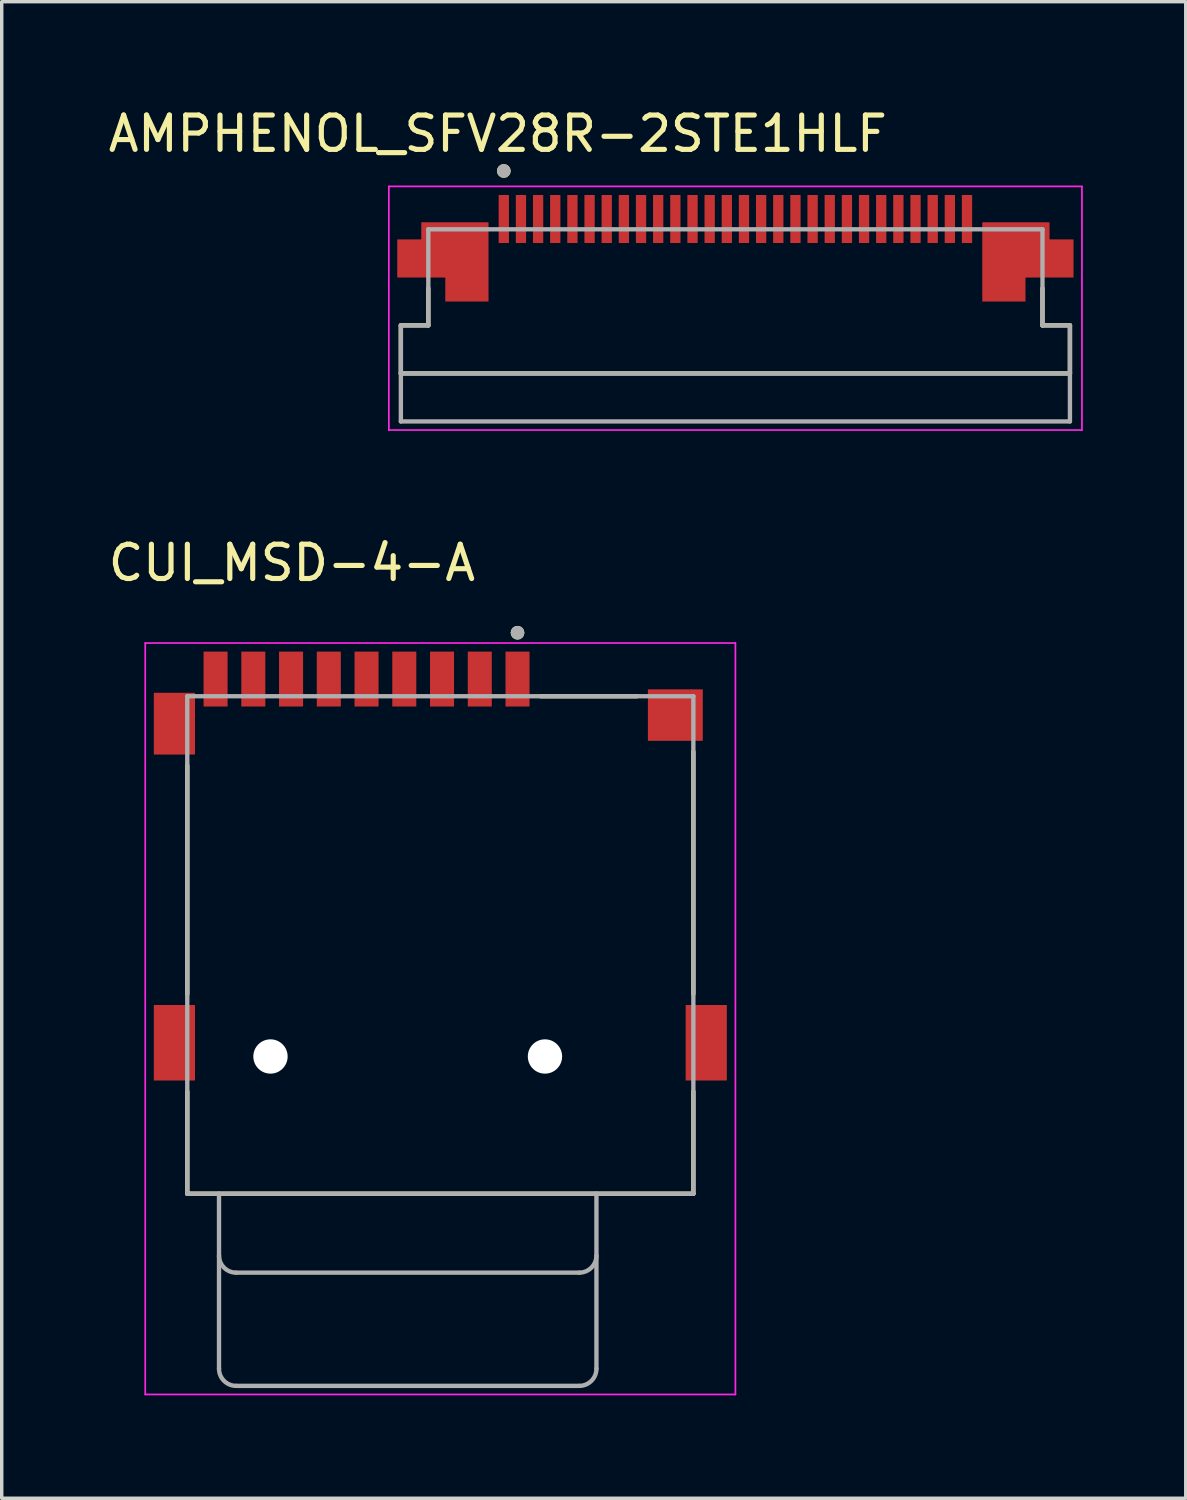
<source format=kicad_pcb>
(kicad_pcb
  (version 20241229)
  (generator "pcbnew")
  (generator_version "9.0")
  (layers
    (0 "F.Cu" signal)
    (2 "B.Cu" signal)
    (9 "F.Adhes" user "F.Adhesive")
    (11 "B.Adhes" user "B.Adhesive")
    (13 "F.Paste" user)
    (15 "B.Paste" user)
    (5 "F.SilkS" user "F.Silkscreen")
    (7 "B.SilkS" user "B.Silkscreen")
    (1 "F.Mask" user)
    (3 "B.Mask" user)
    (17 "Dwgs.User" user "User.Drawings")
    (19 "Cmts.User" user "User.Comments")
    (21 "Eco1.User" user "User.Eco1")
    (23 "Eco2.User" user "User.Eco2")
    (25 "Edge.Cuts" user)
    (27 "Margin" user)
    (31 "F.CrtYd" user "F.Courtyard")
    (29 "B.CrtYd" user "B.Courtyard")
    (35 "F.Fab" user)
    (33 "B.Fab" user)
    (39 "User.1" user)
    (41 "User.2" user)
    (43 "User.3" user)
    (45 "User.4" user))
  (footprint "CUI_MSD-4-A"
    (layer "F.Cu")
    (at 9.783 24.491)
    (property "Reference" "CUI_MSD-4-A" (at -4.325 -11.135 0) (layer "F.SilkS") (effects (font (size 1 1) (thickness 0.15))))
    (attr smd)
    (fp_line (start -7.375 -5.23) (end -7.375 1.43) (stroke (width 0.127) (type solid)) (layer "F.SilkS"))
    (fp_line (start -7.375 4.27) (end -7.375 7.25) (stroke (width 0.127) (type solid)) (layer "F.SilkS"))
    (fp_line (start -7.375 7.25) (end 7.375 7.25) (stroke (width 0.127) (type solid)) (layer "F.SilkS"))
    (fp_line (start 5.73 -7.25) (end 2.92 -7.25) (stroke (width 0.127) (type solid)) (layer "F.SilkS"))
    (fp_line (start 7.375 -5.63) (end 7.375 1.43) (stroke (width 0.127) (type solid)) (layer "F.SilkS"))
    (fp_line (start 7.375 4.27) (end 7.375 7.25) (stroke (width 0.127) (type solid)) (layer "F.SilkS"))
    (fp_circle (center 2.25 -9.1) (end 2.35 -9.1) (stroke (width 0.2) (type solid)) (fill no) (layer "F.SilkS"))
    (fp_line (start -8.6 -8.8) (end 8.6 -8.8) (stroke (width 0.05) (type solid)) (layer "F.CrtYd"))
    (fp_line (start -8.6 13.1) (end -8.6 -8.8) (stroke (width 0.05) (type solid)) (layer "F.CrtYd"))
    (fp_line (start 8.6 -8.8) (end 8.6 13.1) (stroke (width 0.05) (type solid)) (layer "F.CrtYd"))
    (fp_line (start 8.6 13.1) (end -8.6 13.1) (stroke (width 0.05) (type solid)) (layer "F.CrtYd"))
    (fp_line (start -7.375 -7.25) (end -7.375 7.25) (stroke (width 0.127) (type solid)) (layer "F.Fab"))
    (fp_line (start -7.375 7.25) (end -6.45 7.25) (stroke (width 0.127) (type solid)) (layer "F.Fab"))
    (fp_line (start -6.45 7.25) (end -6.45 12.35) (stroke (width 0.127) (type solid)) (layer "F.Fab"))
    (fp_line (start -6.45 7.25) (end 4.55 7.25) (stroke (width 0.127) (type solid)) (layer "F.Fab"))
    (fp_line (start -5.95 9.55) (end 4.05 9.55) (stroke (width 0.127) (type solid)) (layer "F.Fab"))
    (fp_line (start -5.95 12.85) (end 4.05 12.85) (stroke (width 0.127) (type solid)) (layer "F.Fab"))
    (fp_line (start 4.55 7.25) (end 7.375 7.25) (stroke (width 0.127) (type solid)) (layer "F.Fab"))
    (fp_line (start 4.55 12.35) (end 4.55 7.25) (stroke (width 0.127) (type solid)) (layer "F.Fab"))
    (fp_line (start 7.375 -7.25) (end -7.375 -7.25) (stroke (width 0.127) (type solid)) (layer "F.Fab"))
    (fp_line (start 7.375 7.25) (end 7.375 -7.25) (stroke (width 0.127) (type solid)) (layer "F.Fab"))
    (fp_arc (start -5.95 9.55) (mid -6.303553 9.403553) (end -6.45 9.05) (stroke (width 0.127) (type solid)) (layer "F.Fab"))
    (fp_arc (start -5.95 12.85) (mid -6.303553 12.703553) (end -6.45 12.35) (stroke (width 0.127) (type solid)) (layer "F.Fab"))
    (fp_arc (start 4.55 9.05) (mid 4.403553 9.403553) (end 4.05 9.55) (stroke (width 0.127) (type solid)) (layer "F.Fab"))
    (fp_arc (start 4.55 12.35) (mid 4.403553 12.703553) (end 4.05 12.85) (stroke (width 0.127) (type solid)) (layer "F.Fab"))
    (fp_circle (center 2.25 -9.1) (end 2.35 -9.1) (stroke (width 0.2) (type solid)) (fill no) (layer "F.Fab"))
    (pad "" np_thru_hole circle (at -4.95 3.25) (size 1 1) (drill 1) (layers "*.Cu" "*.Mask"))
    (pad "" np_thru_hole circle (at 3.05 3.25) (size 1 1) (drill 1) (layers "*.Cu" "*.Mask"))
    (pad "1" smd rect (at 2.25 -7.75) (size 0.7 1.6) (layers "F.Cu" "F.Mask" "F.Paste"))
    (pad "2" smd rect (at 1.15 -7.75) (size 0.7 1.6) (layers "F.Cu" "F.Mask" "F.Paste"))
    (pad "3" smd rect (at 0.05 -7.75) (size 0.7 1.6) (layers "F.Cu" "F.Mask" "F.Paste"))
    (pad "4" smd rect (at -1.05 -7.75) (size 0.7 1.6) (layers "F.Cu" "F.Mask" "F.Paste"))
    (pad "5" smd rect (at -2.15 -7.75) (size 0.7 1.6) (layers "F.Cu" "F.Mask" "F.Paste"))
    (pad "6" smd rect (at -3.25 -7.75) (size 0.7 1.6) (layers "F.Cu" "F.Mask" "F.Paste"))
    (pad "7" smd rect (at -4.35 -7.75) (size 0.7 1.6) (layers "F.Cu" "F.Mask" "F.Paste"))
    (pad "8" smd rect (at -5.45 -7.75) (size 0.7 1.6) (layers "F.Cu" "F.Mask" "F.Paste"))
    (pad "10" smd rect (at -7.75 -6.45) (size 1.2 1.8) (layers "F.Cu" "F.Mask" "F.Paste"))
    (pad "10" smd rect (at -7.75 2.85) (size 1.2 2.2) (layers "F.Cu" "F.Mask" "F.Paste"))
    (pad "10" smd rect (at 6.85 -6.7) (size 1.6 1.5) (layers "F.Cu" "F.Mask" "F.Paste"))
    (pad "10" smd rect (at 7.75 2.85) (size 1.2 2.2) (layers "F.Cu" "F.Mask" "F.Paste"))
    (pad "CD" smd rect (at -6.55 -7.75) (size 0.7 1.6) (layers "F.Cu" "F.Mask" "F.Paste")))
  (footprint "AMPHENOL_SFV28R-2STE1HLF"
    (layer "F.Cu")
    (at 18.383 5.733)
    (property "Reference" "AMPHENOL_SFV28R-2STE1HLF" (at -6.925 -4.885 0) (layer "F.SilkS") (effects (font (size 1 1) (thickness 0.15))))
    (attr smd)
    (fp_poly (pts (xy -9.25 -2.4) (xy -7.1 -2.4) (xy -7.1 0.1) (xy -8.55 0.1) (xy -8.55 -0.6) (xy -9.95 -0.6) (xy -9.95 -1.9) (xy -9.25 -1.9)) (stroke (width 0.01) (type solid)) (fill yes) (layer "F.Mask"))
    (fp_poly (pts (xy 9.25 -2.4) (xy 7.1 -2.4) (xy 7.1 0.1) (xy 8.55 0.1) (xy 8.55 -0.6) (xy 9.95 -0.6) (xy 9.95 -1.9) (xy 9.25 -1.9)) (stroke (width 0.01) (type solid)) (fill yes) (layer "F.Mask"))
    (fp_line (start -9.75 0.7) (end -9.75 2.1) (stroke (width 0.127) (type solid)) (layer "F.SilkS"))
    (fp_line (start -9.75 2.1) (end 9.75 2.1) (stroke (width 0.127) (type solid)) (layer "F.SilkS"))
    (fp_line (start -8.95 -0.38) (end -8.95 0.7) (stroke (width 0.127) (type solid)) (layer "F.SilkS"))
    (fp_line (start -8.95 0.7) (end -9.75 0.7) (stroke (width 0.127) (type solid)) (layer "F.SilkS"))
    (fp_line (start 8.95 0.7) (end 8.95 -0.38) (stroke (width 0.127) (type solid)) (layer "F.SilkS"))
    (fp_line (start 9.75 0.7) (end 8.95 0.7) (stroke (width 0.127) (type solid)) (layer "F.SilkS"))
    (fp_line (start 9.75 2.1) (end 9.75 0.7) (stroke (width 0.127) (type solid)) (layer "F.SilkS"))
    (fp_circle (center -6.75 -3.8) (end -6.65 -3.8) (stroke (width 0.2) (type solid)) (fill no) (layer "F.SilkS"))
    (fp_poly (pts (xy -9.15 -2.3) (xy -7.2 -2.3) (xy -7.2 0) (xy -8.45 0) (xy -8.45 -0.7) (xy -9.85 -0.7) (xy -9.85 -1.8) (xy -9.15 -1.8)) (stroke (width 0.01) (type solid)) (fill yes) (layer "F.Paste"))
    (fp_poly (pts (xy 9.15 -2.3) (xy 7.2 -2.3) (xy 7.2 0) (xy 8.45 0) (xy 8.45 -0.7) (xy 9.85 -0.7) (xy 9.85 -1.8) (xy 9.15 -1.8)) (stroke (width 0.01) (type solid)) (fill yes) (layer "F.Paste"))
    (fp_line (start -10.1 -3.35) (end 10.1 -3.35) (stroke (width 0.05) (type solid)) (layer "F.CrtYd"))
    (fp_line (start -10.1 3.75) (end -10.1 -3.35) (stroke (width 0.05) (type solid)) (layer "F.CrtYd"))
    (fp_line (start 10.1 -3.35) (end 10.1 3.75) (stroke (width 0.05) (type solid)) (layer "F.CrtYd"))
    (fp_line (start 10.1 3.75) (end -10.1 3.75) (stroke (width 0.05) (type solid)) (layer "F.CrtYd"))
    (fp_line (start -9.75 0.7) (end -8.95 0.7) (stroke (width 0.127) (type solid)) (layer "F.Fab"))
    (fp_line (start -9.75 2.1) (end -9.75 0.7) (stroke (width 0.127) (type solid)) (layer "F.Fab"))
    (fp_line (start -9.75 2.1) (end -9.75 3.5) (stroke (width 0.127) (type solid)) (layer "F.Fab"))
    (fp_line (start -9.75 3.5) (end 9.75 3.5) (stroke (width 0.127) (type solid)) (layer "F.Fab"))
    (fp_line (start -8.95 -2.1) (end 8.95 -2.1) (stroke (width 0.127) (type solid)) (layer "F.Fab"))
    (fp_line (start -8.95 0.7) (end -8.95 -2.1) (stroke (width 0.127) (type solid)) (layer "F.Fab"))
    (fp_line (start 8.95 -2.1) (end 8.95 0.7) (stroke (width 0.127) (type solid)) (layer "F.Fab"))
    (fp_line (start 8.95 0.7) (end 9.75 0.7) (stroke (width 0.127) (type solid)) (layer "F.Fab"))
    (fp_line (start 9.75 0.7) (end 9.75 2.1) (stroke (width 0.127) (type solid)) (layer "F.Fab"))
    (fp_line (start 9.75 2.1) (end -9.75 2.1) (stroke (width 0.127) (type solid)) (layer "F.Fab"))
    (fp_line (start 9.75 3.5) (end 9.75 2.1) (stroke (width 0.127) (type solid)) (layer "F.Fab"))
    (fp_circle (center -6.75 -3.8) (end -6.65 -3.8) (stroke (width 0.2) (type solid)) (fill no) (layer "F.Fab"))
    (pad "1" smd custom (at -8.175 -1.5) (size 1 1) (layers "F.Cu") (options (anchor rect)) (primitives (gr_poly (pts (xy -0.975 -0.8) (xy 0.975 -0.8) (xy 0.975 1.5) (xy -0.275 1.5) (xy -0.275 0.8) (xy -1.675 0.8) (xy -1.675 -0.3) (xy -0.975 -0.3)) (width 0.01) (fill yes))))
    (pad "1" smd rect (at -6.75 -2.4) (size 0.3 1.4) (layers "F.Cu" "F.Mask" "F.Paste"))
    (pad "2" smd rect (at -6.25 -2.4) (size 0.3 1.4) (layers "F.Cu" "F.Mask" "F.Paste"))
    (pad "3" smd rect (at -5.75 -2.4) (size 0.3 1.4) (layers "F.Cu" "F.Mask" "F.Paste"))
    (pad "4" smd rect (at -5.25 -2.4) (size 0.3 1.4) (layers "F.Cu" "F.Mask" "F.Paste"))
    (pad "5" smd rect (at -4.75 -2.4) (size 0.3 1.4) (layers "F.Cu" "F.Mask" "F.Paste"))
    (pad "6" smd rect (at -4.25 -2.4) (size 0.3 1.4) (layers "F.Cu" "F.Mask" "F.Paste"))
    (pad "7" smd rect (at -3.75 -2.4) (size 0.3 1.4) (layers "F.Cu" "F.Mask" "F.Paste"))
    (pad "7" smd custom (at 8.175 -1.5) (size 1 1) (layers "F.Cu") (options (anchor rect)) (primitives (gr_poly (pts (xy 0.975 -0.8) (xy -0.975 -0.8) (xy -0.975 1.5) (xy 0.275 1.5) (xy 0.275 0.8) (xy 1.675 0.8) (xy 1.675 -0.3) (xy 0.975 -0.3)) (width 0.01) (fill yes))))
    (pad "8" smd rect (at -3.25 -2.4) (size 0.3 1.4) (layers "F.Cu" "F.Mask" "F.Paste"))
    (pad "9" smd rect (at -2.75 -2.4) (size 0.3 1.4) (layers "F.Cu" "F.Mask" "F.Paste"))
    (pad "10" smd rect (at -2.25 -2.4) (size 0.3 1.4) (layers "F.Cu" "F.Mask" "F.Paste"))
    (pad "11" smd rect (at -1.75 -2.4) (size 0.3 1.4) (layers "F.Cu" "F.Mask" "F.Paste"))
    (pad "12" smd rect (at -1.25 -2.4) (size 0.3 1.4) (layers "F.Cu" "F.Mask" "F.Paste"))
    (pad "13" smd rect (at -0.75 -2.4) (size 0.3 1.4) (layers "F.Cu" "F.Mask" "F.Paste"))
    (pad "14" smd rect (at -0.25 -2.4) (size 0.3 1.4) (layers "F.Cu" "F.Mask" "F.Paste"))
    (pad "15" smd rect (at 0.25 -2.4) (size 0.3 1.4) (layers "F.Cu" "F.Mask" "F.Paste"))
    (pad "16" smd rect (at 0.75 -2.4) (size 0.3 1.4) (layers "F.Cu" "F.Mask" "F.Paste"))
    (pad "17" smd rect (at 1.25 -2.4) (size 0.3 1.4) (layers "F.Cu" "F.Mask" "F.Paste"))
    (pad "18" smd rect (at 1.75 -2.4) (size 0.3 1.4) (layers "F.Cu" "F.Mask" "F.Paste"))
    (pad "19" smd rect (at 2.25 -2.4) (size 0.3 1.4) (layers "F.Cu" "F.Mask" "F.Paste"))
    (pad "20" smd rect (at 2.75 -2.4) (size 0.3 1.4) (layers "F.Cu" "F.Mask" "F.Paste"))
    (pad "21" smd rect (at 3.25 -2.4) (size 0.3 1.4) (layers "F.Cu" "F.Mask" "F.Paste"))
    (pad "22" smd rect (at 3.75 -2.4) (size 0.3 1.4) (layers "F.Cu" "F.Mask" "F.Paste"))
    (pad "23" smd rect (at 4.25 -2.4) (size 0.3 1.4) (layers "F.Cu" "F.Mask" "F.Paste"))
    (pad "24" smd rect (at 4.75 -2.4) (size 0.3 1.4) (layers "F.Cu" "F.Mask" "F.Paste"))
    (pad "25" smd rect (at 5.25 -2.4) (size 0.3 1.4) (layers "F.Cu" "F.Mask" "F.Paste"))
    (pad "26" smd rect (at 5.75 -2.4) (size 0.3 1.4) (layers "F.Cu" "F.Mask" "F.Paste"))
    (pad "27" smd rect (at 6.25 -2.4) (size 0.3 1.4) (layers "F.Cu" "F.Mask" "F.Paste"))
    (pad "28" smd rect (at 6.75 -2.4) (size 0.3 1.4) (layers "F.Cu" "F.Mask" "F.Paste")))
  (gr_rect
    (start -3 -3)
    (end 31.508 40.617)
    (stroke (width 0.1) (type default))
    (fill no)
    (layer "Edge.Cuts")))
</source>
